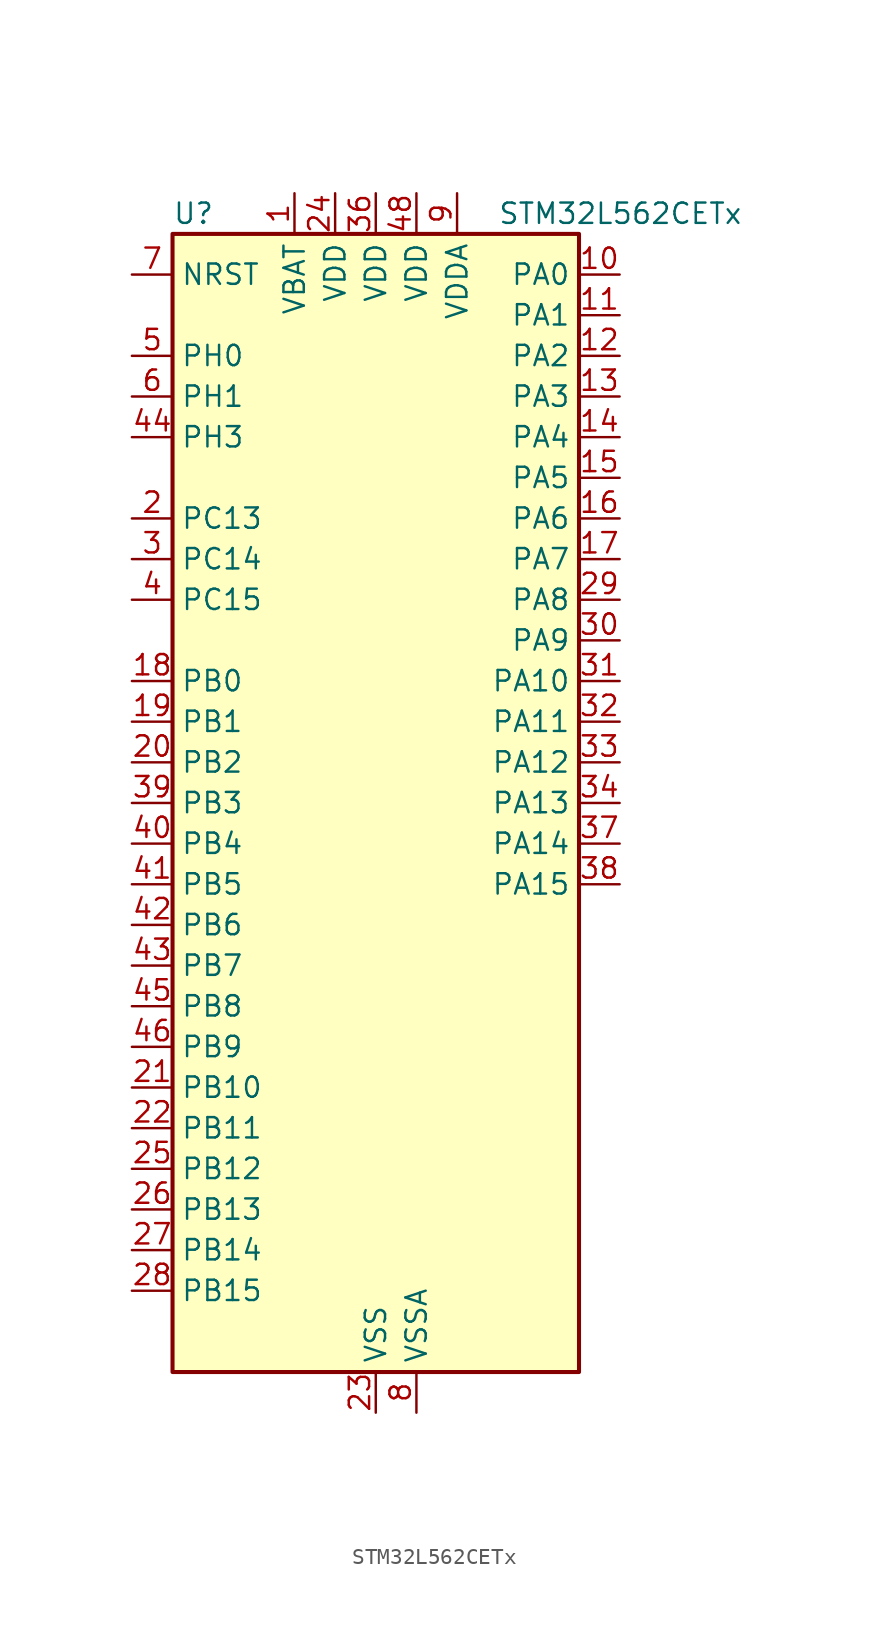
<source format=kicad_sym>
(kicad_symbol_lib
  (version 20231120)
  (generator "kicad_symbol_editor")
  (generator_version "8.0")
  (symbol "STM32L562CETx"
    (property "Reference" "U"
      (at -12.7 36.83 0)
      (effects (font (size 1.27 1.27)) (justify left)))
    (property "Value" "STM32L562CETx"
      (at 7.62 36.83 0)
      (effects (font (size 1.27 1.27)) (justify left)))
    (property "ki_locked" ""
      (at 0 0 0)
      (effects (font (size 1.27 1.27))))
    (symbol "STM32L562CETx_0_1"
      (rectangle (start -12.7 -35.56) (end 12.7 35.56) (stroke (width 0.254) (type default)) (fill (type background))))
    (symbol "STM32L562CETx_1_1"
      (pin power_in line (at -5.08 38.1 270) (length 2.54) (name "VBAT" (effects (font (size 1.27 1.27)))) (number "1" (effects (font (size 1.27 1.27)))))
      (pin bidirectional line (at 15.24 33.02 180) (length 2.54) (name "PA0" (effects (font (size 1.27 1.27)))) (number "10" (effects (font (size 1.27 1.27)))) (alternate "ADC1_IN5" bidirectional line) (alternate "ADC2_IN5" bidirectional line) (alternate "OPAMP1_VINP" bidirectional line) (alternate "PWR_WKUP1" bidirectional line) (alternate "SAI1_EXTCLK" bidirectional line) (alternate "TAMP_IN2" bidirectional line) (alternate "TAMP_OUT1" bidirectional line) (alternate "TIM2_CH1" bidirectional line) (alternate "TIM2_ETR" bidirectional line) (alternate "TIM5_CH1" bidirectional line) (alternate "TIM8_ETR" bidirectional line) (alternate "UART4_TX" bidirectional line) (alternate "USART2_CTS" bidirectional line) (alternate "USART2_NSS" bidirectional line))
      (pin bidirectional line (at 15.24 30.48 180) (length 2.54) (name "PA1" (effects (font (size 1.27 1.27)))) (number "11" (effects (font (size 1.27 1.27)))) (alternate "ADC1_IN6" bidirectional line) (alternate "ADC2_IN6" bidirectional line) (alternate "I2C1_SMBA" bidirectional line) (alternate "OCTOSPI1_DQS" bidirectional line) (alternate "OPAMP1_VINM" bidirectional line) (alternate "SPI1_SCK" bidirectional line) (alternate "TAMP_IN5" bidirectional line) (alternate "TAMP_OUT4" bidirectional line) (alternate "TIM15_CH1N" bidirectional line) (alternate "TIM2_CH2" bidirectional line) (alternate "TIM5_CH2" bidirectional line) (alternate "UART4_RX" bidirectional line) (alternate "USART2_DE" bidirectional line) (alternate "USART2_RTS" bidirectional line))
      (pin bidirectional line (at 15.24 27.94 180) (length 2.54) (name "PA2" (effects (font (size 1.27 1.27)))) (number "12" (effects (font (size 1.27 1.27)))) (alternate "ADC1_IN7" bidirectional line) (alternate "ADC2_IN7" bidirectional line) (alternate "COMP1_INP" bidirectional line) (alternate "LPUART1_TX" bidirectional line) (alternate "OCTOSPI1_NCS" bidirectional line) (alternate "PWR_WKUP4" bidirectional line) (alternate "RCC_LSCO" bidirectional line) (alternate "SAI2_EXTCLK" bidirectional line) (alternate "TIM15_CH1" bidirectional line) (alternate "TIM2_CH3" bidirectional line) (alternate "TIM5_CH3" bidirectional line) (alternate "UCPD1_FRSTX1" bidirectional line) (alternate "USART2_TX" bidirectional line))
      (pin bidirectional line (at 15.24 25.4 180) (length 2.54) (name "PA3" (effects (font (size 1.27 1.27)))) (number "13" (effects (font (size 1.27 1.27)))) (alternate "ADC1_IN8" bidirectional line) (alternate "ADC2_IN8" bidirectional line) (alternate "LPUART1_RX" bidirectional line) (alternate "OCTOSPI1_CLK" bidirectional line) (alternate "OPAMP1_VOUT" bidirectional line) (alternate "SAI1_CK1" bidirectional line) (alternate "SAI1_MCLK_A" bidirectional line) (alternate "TIM15_CH2" bidirectional line) (alternate "TIM2_CH4" bidirectional line) (alternate "TIM5_CH4" bidirectional line) (alternate "USART2_RX" bidirectional line))
      (pin bidirectional line (at 15.24 22.86 180) (length 2.54) (name "PA4" (effects (font (size 1.27 1.27)))) (number "14" (effects (font (size 1.27 1.27)))) (alternate "ADC1_IN9" bidirectional line) (alternate "ADC2_IN9" bidirectional line) (alternate "DAC1_OUT1" bidirectional line) (alternate "LPTIM2_OUT" bidirectional line) (alternate "OCTOSPI1_NCS" bidirectional line) (alternate "SAI1_FS_B" bidirectional line) (alternate "SPI1_NSS" bidirectional line) (alternate "SPI3_NSS" bidirectional line) (alternate "USART2_CK" bidirectional line))
      (pin bidirectional line (at 15.24 20.32 180) (length 2.54) (name "PA5" (effects (font (size 1.27 1.27)))) (number "15" (effects (font (size 1.27 1.27)))) (alternate "ADC1_IN10" bidirectional line) (alternate "ADC2_IN10" bidirectional line) (alternate "DAC1_OUT2" bidirectional line) (alternate "LPTIM2_ETR" bidirectional line) (alternate "SPI1_SCK" bidirectional line) (alternate "TIM2_CH1" bidirectional line) (alternate "TIM2_ETR" bidirectional line) (alternate "TIM8_CH1N" bidirectional line))
      (pin bidirectional line (at 15.24 17.78 180) (length 2.54) (name "PA6" (effects (font (size 1.27 1.27)))) (number "16" (effects (font (size 1.27 1.27)))) (alternate "ADC1_IN11" bidirectional line) (alternate "ADC2_IN11" bidirectional line) (alternate "LPUART1_CTS" bidirectional line) (alternate "OCTOSPI1_IO3" bidirectional line) (alternate "OPAMP2_VINP" bidirectional line) (alternate "SPI1_MISO" bidirectional line) (alternate "TIM16_CH1" bidirectional line) (alternate "TIM1_BKIN" bidirectional line) (alternate "TIM3_CH1" bidirectional line) (alternate "TIM8_BKIN" bidirectional line) (alternate "USART3_CTS" bidirectional line) (alternate "USART3_NSS" bidirectional line))
      (pin bidirectional line (at 15.24 15.24 180) (length 2.54) (name "PA7" (effects (font (size 1.27 1.27)))) (number "17" (effects (font (size 1.27 1.27)))) (alternate "ADC1_IN12" bidirectional line) (alternate "ADC2_IN12" bidirectional line) (alternate "I2C3_SCL" bidirectional line) (alternate "OCTOSPI1_IO2" bidirectional line) (alternate "OPAMP2_VINM" bidirectional line) (alternate "SPI1_MOSI" bidirectional line) (alternate "TIM17_CH1" bidirectional line) (alternate "TIM1_CH1N" bidirectional line) (alternate "TIM3_CH2" bidirectional line) (alternate "TIM8_CH1N" bidirectional line))
      (pin bidirectional line (at -15.24 7.62 0) (length 2.54) (name "PB0" (effects (font (size 1.27 1.27)))) (number "18" (effects (font (size 1.27 1.27)))) (alternate "ADC1_IN15" bidirectional line) (alternate "ADC2_IN15" bidirectional line) (alternate "COMP1_OUT" bidirectional line) (alternate "OCTOSPI1_IO1" bidirectional line) (alternate "OPAMP2_VOUT" bidirectional line) (alternate "SAI1_EXTCLK" bidirectional line) (alternate "SPI1_NSS" bidirectional line) (alternate "TIM1_CH2N" bidirectional line) (alternate "TIM3_CH3" bidirectional line) (alternate "TIM8_CH2N" bidirectional line) (alternate "USART3_CK" bidirectional line))
      (pin bidirectional line (at -15.24 5.08 0) (length 2.54) (name "PB1" (effects (font (size 1.27 1.27)))) (number "19" (effects (font (size 1.27 1.27)))) (alternate "ADC1_IN16" bidirectional line) (alternate "ADC2_IN16" bidirectional line) (alternate "COMP1_INM" bidirectional line) (alternate "DFSDM1_DATIN0" bidirectional line) (alternate "LPTIM2_IN1" bidirectional line) (alternate "LPUART1_DE" bidirectional line) (alternate "LPUART1_RTS" bidirectional line) (alternate "OCTOSPI1_IO0" bidirectional line) (alternate "TIM1_CH3N" bidirectional line) (alternate "TIM3_CH4" bidirectional line) (alternate "TIM8_CH3N" bidirectional line) (alternate "USART3_DE" bidirectional line) (alternate "USART3_RTS" bidirectional line))
      (pin bidirectional line (at -15.24 17.78 0) (length 2.54) (name "PC13" (effects (font (size 1.27 1.27)))) (number "2" (effects (font (size 1.27 1.27)))) (alternate "PWR_WKUP2" bidirectional line) (alternate "RTC_OUT1" bidirectional line) (alternate "RTC_TS" bidirectional line) (alternate "TAMP_IN1" bidirectional line) (alternate "TAMP_OUT2" bidirectional line))
      (pin bidirectional line (at -15.24 2.54 0) (length 2.54) (name "PB2" (effects (font (size 1.27 1.27)))) (number "20" (effects (font (size 1.27 1.27)))) (alternate "COMP1_INP" bidirectional line) (alternate "DFSDM1_CKIN0" bidirectional line) (alternate "I2C3_SMBA" bidirectional line) (alternate "LPTIM1_OUT" bidirectional line) (alternate "OCTOSPI1_DQS" bidirectional line) (alternate "RTC_OUT2" bidirectional line) (alternate "UCPD1_FRSTX1" bidirectional line))
      (pin bidirectional line (at -15.24 -17.78 0) (length 2.54) (name "PB10" (effects (font (size 1.27 1.27)))) (number "21" (effects (font (size 1.27 1.27)))) (alternate "COMP1_OUT" bidirectional line) (alternate "I2C2_SCL" bidirectional line) (alternate "I2C4_SCL" bidirectional line) (alternate "LPTIM3_OUT" bidirectional line) (alternate "LPUART1_RX" bidirectional line) (alternate "OCTOSPI1_CLK" bidirectional line) (alternate "SAI1_SCK_A" bidirectional line) (alternate "SPI2_SCK" bidirectional line) (alternate "TIM2_CH3" bidirectional line) (alternate "TSC_SYNC" bidirectional line) (alternate "USART3_TX" bidirectional line))
      (pin bidirectional line (at -15.24 -20.32 0) (length 2.54) (name "PB11" (effects (font (size 1.27 1.27)))) (number "22" (effects (font (size 1.27 1.27)))) (alternate "ADC1_EXTI11" bidirectional line) (alternate "ADC2_EXTI11" bidirectional line) (alternate "COMP2_OUT" bidirectional line) (alternate "I2C2_SDA" bidirectional line) (alternate "I2C4_SDA" bidirectional line) (alternate "LPUART1_TX" bidirectional line) (alternate "OCTOSPI1_NCS" bidirectional line) (alternate "TIM2_CH4" bidirectional line) (alternate "USART3_RX" bidirectional line))
      (pin power_in line (at 0 -38.1 90) (length 2.54) (name "VSS" (effects (font (size 1.27 1.27)))) (number "23" (effects (font (size 1.27 1.27)))))
      (pin power_in line (at -2.54 38.1 270) (length 2.54) (name "VDD" (effects (font (size 1.27 1.27)))) (number "24" (effects (font (size 1.27 1.27)))))
      (pin bidirectional line (at -15.24 -22.86 0) (length 2.54) (name "PB12" (effects (font (size 1.27 1.27)))) (number "25" (effects (font (size 1.27 1.27)))) (alternate "DFSDM1_DATIN1" bidirectional line) (alternate "I2C2_SMBA" bidirectional line) (alternate "LPUART1_DE" bidirectional line) (alternate "LPUART1_RTS" bidirectional line) (alternate "OCTOSPI1_NCLK" bidirectional line) (alternate "SAI2_FS_A" bidirectional line) (alternate "SPI2_NSS" bidirectional line) (alternate "TIM15_BKIN" bidirectional line) (alternate "TIM1_BKIN" bidirectional line) (alternate "TSC_G1_IO1" bidirectional line) (alternate "USART3_CK" bidirectional line))
      (pin bidirectional line (at -15.24 -25.4 0) (length 2.54) (name "PB13" (effects (font (size 1.27 1.27)))) (number "26" (effects (font (size 1.27 1.27)))) (alternate "DFSDM1_CKIN1" bidirectional line) (alternate "I2C2_SCL" bidirectional line) (alternate "LPTIM3_IN1" bidirectional line) (alternate "LPUART1_CTS" bidirectional line) (alternate "SAI2_SCK_A" bidirectional line) (alternate "SPI2_SCK" bidirectional line) (alternate "TIM15_CH1N" bidirectional line) (alternate "TIM1_CH1N" bidirectional line) (alternate "TSC_G1_IO2" bidirectional line) (alternate "UCPD1_FRSTX2" bidirectional line) (alternate "USART3_CTS" bidirectional line) (alternate "USART3_NSS" bidirectional line))
      (pin bidirectional line (at -15.24 -27.94 0) (length 2.54) (name "PB14" (effects (font (size 1.27 1.27)))) (number "27" (effects (font (size 1.27 1.27)))) (alternate "DFSDM1_DATIN2" bidirectional line) (alternate "I2C2_SDA" bidirectional line) (alternate "LPTIM3_ETR" bidirectional line) (alternate "SAI2_MCLK_A" bidirectional line) (alternate "SPI2_MISO" bidirectional line) (alternate "TIM15_CH1" bidirectional line) (alternate "TIM1_CH2N" bidirectional line) (alternate "TIM8_CH2N" bidirectional line) (alternate "TSC_G1_IO3" bidirectional line) (alternate "UCPD1_DBCC2" bidirectional line) (alternate "USART3_DE" bidirectional line) (alternate "USART3_RTS" bidirectional line))
      (pin bidirectional line (at -15.24 -30.48 0) (length 2.54) (name "PB15" (effects (font (size 1.27 1.27)))) (number "28" (effects (font (size 1.27 1.27)))) (alternate "ADC1_EXTI15" bidirectional line) (alternate "ADC2_EXTI15" bidirectional line) (alternate "DFSDM1_CKIN2" bidirectional line) (alternate "RTC_REFIN" bidirectional line) (alternate "SAI2_SD_A" bidirectional line) (alternate "SPI2_MOSI" bidirectional line) (alternate "TIM15_CH2" bidirectional line) (alternate "TIM1_CH3N" bidirectional line) (alternate "TIM8_CH3N" bidirectional line) (alternate "UCPD1_CC2" bidirectional line))
      (pin bidirectional line (at 15.24 12.7 180) (length 2.54) (name "PA8" (effects (font (size 1.27 1.27)))) (number "29" (effects (font (size 1.27 1.27)))) (alternate "LPTIM2_OUT" bidirectional line) (alternate "RCC_MCO" bidirectional line) (alternate "SAI1_CK2" bidirectional line) (alternate "SAI1_SCK_A" bidirectional line) (alternate "TIM1_CH1" bidirectional line) (alternate "USART1_CK" bidirectional line))
      (pin bidirectional line (at -15.24 15.24 0) (length 2.54) (name "PC14" (effects (font (size 1.27 1.27)))) (number "3" (effects (font (size 1.27 1.27)))) (alternate "RCC_OSC32_IN" bidirectional line))
      (pin bidirectional line (at 15.24 10.16 180) (length 2.54) (name "PA9" (effects (font (size 1.27 1.27)))) (number "30" (effects (font (size 1.27 1.27)))) (alternate "DAC1_EXTI9" bidirectional line) (alternate "SAI1_FS_A" bidirectional line) (alternate "SPI2_SCK" bidirectional line) (alternate "TIM15_BKIN" bidirectional line) (alternate "TIM1_CH2" bidirectional line) (alternate "USART1_TX" bidirectional line))
      (pin bidirectional line (at 15.24 7.62 180) (length 2.54) (name "PA10" (effects (font (size 1.27 1.27)))) (number "31" (effects (font (size 1.27 1.27)))) (alternate "CRS_SYNC" bidirectional line) (alternate "SAI1_D1" bidirectional line) (alternate "SAI1_SD_A" bidirectional line) (alternate "TIM17_BKIN" bidirectional line) (alternate "TIM1_CH3" bidirectional line) (alternate "USART1_RX" bidirectional line))
      (pin bidirectional line (at 15.24 5.08 180) (length 2.54) (name "PA11" (effects (font (size 1.27 1.27)))) (number "32" (effects (font (size 1.27 1.27)))) (alternate "ADC1_EXTI11" bidirectional line) (alternate "ADC2_EXTI11" bidirectional line) (alternate "FDCAN1_RX" bidirectional line) (alternate "SPI1_MISO" bidirectional line) (alternate "TIM1_BKIN2" bidirectional line) (alternate "TIM1_CH4" bidirectional line) (alternate "USART1_CTS" bidirectional line) (alternate "USART1_NSS" bidirectional line) (alternate "USB_DM" bidirectional line))
      (pin bidirectional line (at 15.24 2.54 180) (length 2.54) (name "PA12" (effects (font (size 1.27 1.27)))) (number "33" (effects (font (size 1.27 1.27)))) (alternate "FDCAN1_TX" bidirectional line) (alternate "SPI1_MOSI" bidirectional line) (alternate "TIM1_ETR" bidirectional line) (alternate "USART1_DE" bidirectional line) (alternate "USART1_RTS" bidirectional line) (alternate "USB_DP" bidirectional line))
      (pin bidirectional line (at 15.24 0 180) (length 2.54) (name "PA13" (effects (font (size 1.27 1.27)))) (number "34" (effects (font (size 1.27 1.27)))) (alternate "DEBUG_JTMS-SWDIO" bidirectional line) (alternate "IR_OUT" bidirectional line) (alternate "SAI1_SD_B" bidirectional line) (alternate "USB_NOE" bidirectional line))
      (pin passive line (at 0 -38.1 90) (length 2.54) hide (name "VSS" (effects (font (size 1.27 1.27)))) (number "35" (effects (font (size 1.27 1.27)))))
      (pin power_in line (at 0 38.1 270) (length 2.54) (name "VDD" (effects (font (size 1.27 1.27)))) (number "36" (effects (font (size 1.27 1.27)))))
      (pin bidirectional line (at 15.24 -2.54 180) (length 2.54) (name "PA14" (effects (font (size 1.27 1.27)))) (number "37" (effects (font (size 1.27 1.27)))) (alternate "DEBUG_JTCK-SWCLK" bidirectional line) (alternate "I2C1_SMBA" bidirectional line) (alternate "I2C4_SMBA" bidirectional line) (alternate "LPTIM1_OUT" bidirectional line) (alternate "SAI1_FS_B" bidirectional line))
      (pin bidirectional line (at 15.24 -5.08 180) (length 2.54) (name "PA15" (effects (font (size 1.27 1.27)))) (number "38" (effects (font (size 1.27 1.27)))) (alternate "ADC1_EXTI15" bidirectional line) (alternate "ADC2_EXTI15" bidirectional line) (alternate "DEBUG_JTDI" bidirectional line) (alternate "SAI2_FS_B" bidirectional line) (alternate "SPI1_NSS" bidirectional line) (alternate "SPI3_NSS" bidirectional line) (alternate "TIM2_CH1" bidirectional line) (alternate "TIM2_ETR" bidirectional line) (alternate "UART4_DE" bidirectional line) (alternate "UART4_RTS" bidirectional line) (alternate "UCPD1_CC1" bidirectional line) (alternate "USART2_RX" bidirectional line) (alternate "USART3_DE" bidirectional line) (alternate "USART3_RTS" bidirectional line))
      (pin bidirectional line (at -15.24 0 0) (length 2.54) (name "PB3" (effects (font (size 1.27 1.27)))) (number "39" (effects (font (size 1.27 1.27)))) (alternate "COMP2_INM" bidirectional line) (alternate "CRS_SYNC" bidirectional line) (alternate "DEBUG_JTDO-SWO" bidirectional line) (alternate "SAI1_SCK_B" bidirectional line) (alternate "SPI1_SCK" bidirectional line) (alternate "SPI3_SCK" bidirectional line) (alternate "TIM2_CH2" bidirectional line) (alternate "USART1_DE" bidirectional line) (alternate "USART1_RTS" bidirectional line))
      (pin bidirectional line (at -15.24 12.7 0) (length 2.54) (name "PC15" (effects (font (size 1.27 1.27)))) (number "4" (effects (font (size 1.27 1.27)))) (alternate "ADC1_EXTI15" bidirectional line) (alternate "ADC2_EXTI15" bidirectional line) (alternate "RCC_OSC32_OUT" bidirectional line))
      (pin bidirectional line (at -15.24 -2.54 0) (length 2.54) (name "PB4" (effects (font (size 1.27 1.27)))) (number "40" (effects (font (size 1.27 1.27)))) (alternate "COMP2_INP" bidirectional line) (alternate "DEBUG_JTRST" bidirectional line) (alternate "I2C3_SDA" bidirectional line) (alternate "SAI1_MCLK_B" bidirectional line) (alternate "SPI1_MISO" bidirectional line) (alternate "SPI3_MISO" bidirectional line) (alternate "TIM17_BKIN" bidirectional line) (alternate "TIM3_CH1" bidirectional line) (alternate "TSC_G2_IO1" bidirectional line) (alternate "USART1_CTS" bidirectional line) (alternate "USART1_NSS" bidirectional line))
      (pin bidirectional line (at -15.24 -5.08 0) (length 2.54) (name "PB5" (effects (font (size 1.27 1.27)))) (number "41" (effects (font (size 1.27 1.27)))) (alternate "COMP2_OUT" bidirectional line) (alternate "I2C1_SMBA" bidirectional line) (alternate "LPTIM1_IN1" bidirectional line) (alternate "OCTOSPI1_NCLK" bidirectional line) (alternate "SAI1_SD_B" bidirectional line) (alternate "SPI1_MOSI" bidirectional line) (alternate "SPI3_MOSI" bidirectional line) (alternate "TIM16_BKIN" bidirectional line) (alternate "TIM3_CH2" bidirectional line) (alternate "TSC_G2_IO2" bidirectional line) (alternate "UCPD1_DBCC1" bidirectional line) (alternate "USART1_CK" bidirectional line))
      (pin bidirectional line (at -15.24 -7.62 0) (length 2.54) (name "PB6" (effects (font (size 1.27 1.27)))) (number "42" (effects (font (size 1.27 1.27)))) (alternate "COMP2_INP" bidirectional line) (alternate "I2C1_SCL" bidirectional line) (alternate "I2C4_SCL" bidirectional line) (alternate "LPTIM1_ETR" bidirectional line) (alternate "SAI1_FS_B" bidirectional line) (alternate "TIM16_CH1N" bidirectional line) (alternate "TIM4_CH1" bidirectional line) (alternate "TIM8_BKIN2" bidirectional line) (alternate "TSC_G2_IO3" bidirectional line) (alternate "USART1_TX" bidirectional line))
      (pin bidirectional line (at -15.24 -10.16 0) (length 2.54) (name "PB7" (effects (font (size 1.27 1.27)))) (number "43" (effects (font (size 1.27 1.27)))) (alternate "COMP2_INM" bidirectional line) (alternate "I2C1_SDA" bidirectional line) (alternate "I2C4_SDA" bidirectional line) (alternate "LPTIM1_IN2" bidirectional line) (alternate "PWR_PVD_IN" bidirectional line) (alternate "TIM17_CH1N" bidirectional line) (alternate "TIM4_CH2" bidirectional line) (alternate "TIM8_BKIN" bidirectional line) (alternate "TSC_G2_IO4" bidirectional line) (alternate "UART4_CTS" bidirectional line) (alternate "USART1_RX" bidirectional line))
      (pin bidirectional line (at -15.24 22.86 0) (length 2.54) (name "PH3" (effects (font (size 1.27 1.27)))) (number "44" (effects (font (size 1.27 1.27)))))
      (pin bidirectional line (at -15.24 -12.7 0) (length 2.54) (name "PB8" (effects (font (size 1.27 1.27)))) (number "45" (effects (font (size 1.27 1.27)))) (alternate "DFSDM1_CKOUT" bidirectional line) (alternate "FDCAN1_RX" bidirectional line) (alternate "I2C1_SCL" bidirectional line) (alternate "SAI1_CK1" bidirectional line) (alternate "SAI1_MCLK_A" bidirectional line) (alternate "TIM16_CH1" bidirectional line) (alternate "TIM4_CH3" bidirectional line))
      (pin bidirectional line (at -15.24 -15.24 0) (length 2.54) (name "PB9" (effects (font (size 1.27 1.27)))) (number "46" (effects (font (size 1.27 1.27)))) (alternate "DAC1_EXTI9" bidirectional line) (alternate "FDCAN1_TX" bidirectional line) (alternate "I2C1_SDA" bidirectional line) (alternate "IR_OUT" bidirectional line) (alternate "SAI1_D2" bidirectional line) (alternate "SAI1_FS_A" bidirectional line) (alternate "SPI2_NSS" bidirectional line) (alternate "TIM17_CH1" bidirectional line) (alternate "TIM4_CH4" bidirectional line))
      (pin passive line (at 0 -38.1 90) (length 2.54) hide (name "VSS" (effects (font (size 1.27 1.27)))) (number "47" (effects (font (size 1.27 1.27)))))
      (pin power_in line (at 2.54 38.1 270) (length 2.54) (name "VDD" (effects (font (size 1.27 1.27)))) (number "48" (effects (font (size 1.27 1.27)))))
      (pin bidirectional line (at -15.24 27.94 0) (length 2.54) (name "PH0" (effects (font (size 1.27 1.27)))) (number "5" (effects (font (size 1.27 1.27)))) (alternate "RCC_OSC_IN" bidirectional line))
      (pin bidirectional line (at -15.24 25.4 0) (length 2.54) (name "PH1" (effects (font (size 1.27 1.27)))) (number "6" (effects (font (size 1.27 1.27)))) (alternate "RCC_OSC_OUT" bidirectional line))
      (pin input line (at -15.24 33.02 0) (length 2.54) (name "NRST" (effects (font (size 1.27 1.27)))) (number "7" (effects (font (size 1.27 1.27)))))
      (pin power_in line (at 2.54 -38.1 90) (length 2.54) (name "VSSA" (effects (font (size 1.27 1.27)))) (number "8" (effects (font (size 1.27 1.27)))))
      (pin power_in line (at 5.08 38.1 270) (length 2.54) (name "VDDA" (effects (font (size 1.27 1.27)))) (number "9" (effects (font (size 1.27 1.27)))) (alternate "VREFBUF_OUT" bidirectional line)))))
</source>
